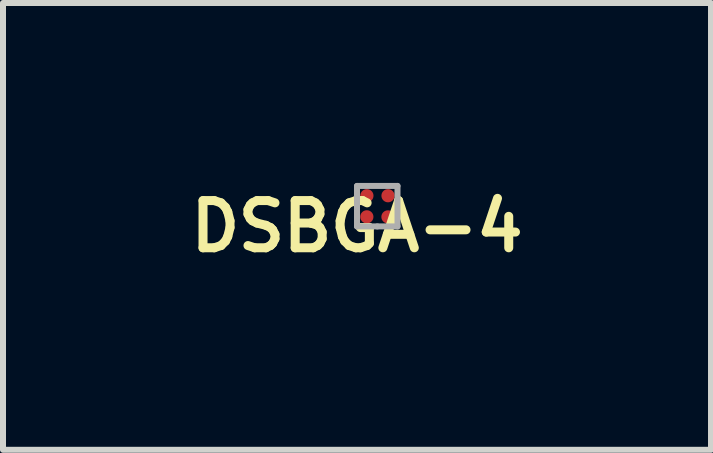
<source format=kicad_pcb>
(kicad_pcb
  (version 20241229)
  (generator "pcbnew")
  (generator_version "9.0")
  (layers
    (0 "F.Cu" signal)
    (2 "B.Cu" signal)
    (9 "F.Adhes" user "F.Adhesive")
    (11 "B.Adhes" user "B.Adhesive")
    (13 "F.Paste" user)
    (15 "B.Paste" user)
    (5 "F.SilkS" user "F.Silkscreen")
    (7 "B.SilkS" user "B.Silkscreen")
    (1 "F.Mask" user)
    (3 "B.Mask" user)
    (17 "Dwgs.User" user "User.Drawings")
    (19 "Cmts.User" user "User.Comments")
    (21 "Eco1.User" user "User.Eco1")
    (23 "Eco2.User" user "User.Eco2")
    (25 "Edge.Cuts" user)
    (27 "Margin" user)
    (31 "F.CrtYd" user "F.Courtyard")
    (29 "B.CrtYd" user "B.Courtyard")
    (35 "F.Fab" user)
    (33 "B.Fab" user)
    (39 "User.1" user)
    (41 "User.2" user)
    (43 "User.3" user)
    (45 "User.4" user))
  (footprint "DSBGA-4"
    (layer "F.Cu")
    (at 2.902 0.725)
    (property "Reference" "DSBGA-4" (at 0 0 0) (layer "F.SilkS") (effects (font (size 0.787 0.787) (thickness 0.15))))
    (attr through_hole)
    (fp_line (start 0 -0.675) (end 0 -0.338) (stroke (width 0.1) (type solid)) (layer "F.Fab"))
    (fp_line (start 0 0) (end 0 -0.338) (stroke (width 0.1) (type solid)) (layer "F.Fab"))
    (fp_line (start 0 0) (end 0.339 0) (stroke (width 0.1) (type solid)) (layer "F.Fab"))
    (fp_line (start 0.339 0) (end 0.675 0) (stroke (width 0.1) (type solid)) (layer "F.Fab"))
    (fp_line (start 0.675 -0.675) (end 0 -0.675) (stroke (width 0.1) (type solid)) (layer "F.Fab"))
    (fp_line (start 0.675 0) (end 0.675 -0.675) (stroke (width 0.1) (type solid)) (layer "F.Fab"))
    (pad "EN" smd circle (at 0.164 -0.16) (size 0.22 0.22) (layers "F.Cu" "F.Mask" "F.Paste"))
    (pad "GND" smd circle (at 0.516 -0.159) (size 0.22 0.22) (layers "F.Cu" "F.Mask" "F.Paste"))
    (pad "IN" smd circle (at 0.165 -0.512) (size 0.22 0.22) (layers "F.Cu" "F.Mask" "F.Paste"))
    (pad "OUT" smd circle (at 0.517 -0.512) (size 0.22 0.22) (layers "F.Cu" "F.Mask" "F.Paste")))
  (gr_rect
    (start -3 -3)
    (end 8.804 4.449)
    (stroke (width 0.1) (type default))
    (fill no)
    (layer "Edge.Cuts")))
</source>
